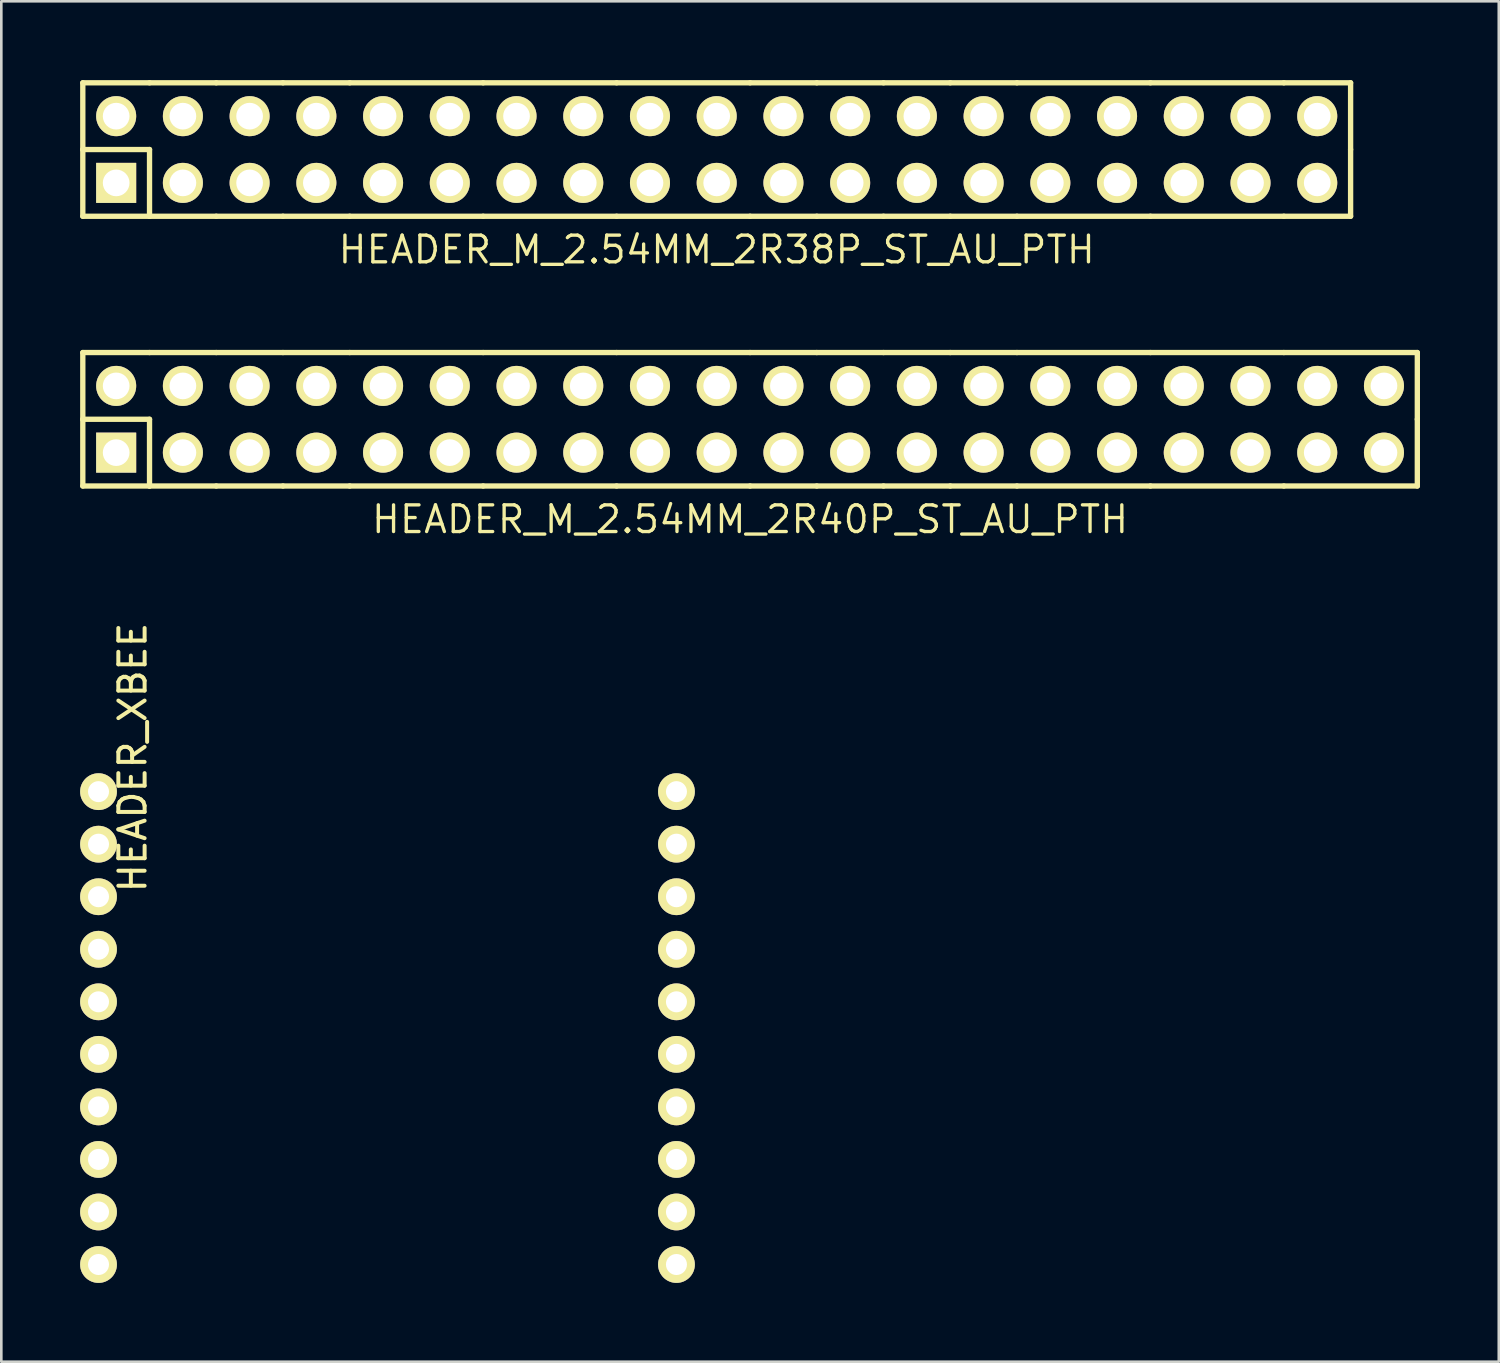
<source format=kicad_pcb>
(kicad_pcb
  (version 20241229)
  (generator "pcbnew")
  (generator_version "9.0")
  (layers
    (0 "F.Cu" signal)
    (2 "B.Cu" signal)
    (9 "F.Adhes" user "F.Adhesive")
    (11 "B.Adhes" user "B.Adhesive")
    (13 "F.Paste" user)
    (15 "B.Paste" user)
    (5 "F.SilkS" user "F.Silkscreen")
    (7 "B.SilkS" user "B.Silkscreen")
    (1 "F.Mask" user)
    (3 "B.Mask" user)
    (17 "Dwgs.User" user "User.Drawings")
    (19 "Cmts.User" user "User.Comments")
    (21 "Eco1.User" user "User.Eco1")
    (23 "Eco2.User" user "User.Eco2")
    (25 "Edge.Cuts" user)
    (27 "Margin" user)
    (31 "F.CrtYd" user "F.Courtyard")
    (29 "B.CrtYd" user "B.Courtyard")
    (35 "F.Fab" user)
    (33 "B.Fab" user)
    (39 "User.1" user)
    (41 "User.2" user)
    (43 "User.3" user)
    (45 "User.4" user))
  (footprint "HEADER_M_2.54MM_2R40P_ST_AU_PTH"
    (layer "F.Cu")
    (at 25.502 12.91)
    (property "Reference" "HEADER_M_2.54MM_2R40P_ST_AU_PTH" (at 0 3.81 0) (layer "F.SilkS") (effects (font (size 1.016 1.016) (thickness 0.127))))
    (attr through_hole)
    (fp_line (start -25.4 -2.54) (end -22.86 -2.54) (stroke (width 0.203) (type solid)) (layer "F.SilkS"))
    (fp_line (start -25.4 0) (end -25.4 -2.54) (stroke (width 0.203) (type solid)) (layer "F.SilkS"))
    (fp_line (start -25.4 0) (end -22.86 0) (stroke (width 0.203) (type solid)) (layer "F.SilkS"))
    (fp_line (start -25.4 2.54) (end -25.4 0) (stroke (width 0.203) (type solid)) (layer "F.SilkS"))
    (fp_line (start -25.4 2.54) (end -22.86 2.54) (stroke (width 0.203) (type solid)) (layer "F.SilkS"))
    (fp_line (start -22.86 -2.54) (end -20.32 -2.54) (stroke (width 0.203) (type solid)) (layer "F.SilkS"))
    (fp_line (start -22.86 0) (end -22.86 2.54) (stroke (width 0.203) (type solid)) (layer "F.SilkS"))
    (fp_line (start -22.86 2.54) (end -20.32 2.54) (stroke (width 0.203) (type solid)) (layer "F.SilkS"))
    (fp_line (start -20.32 -2.54) (end -17.78 -2.54) (stroke (width 0.203) (type solid)) (layer "F.SilkS"))
    (fp_line (start -20.32 2.54) (end -17.78 2.54) (stroke (width 0.203) (type solid)) (layer "F.SilkS"))
    (fp_line (start -17.78 -2.54) (end -15.24 -2.54) (stroke (width 0.203) (type solid)) (layer "F.SilkS"))
    (fp_line (start -17.78 2.54) (end -15.24 2.54) (stroke (width 0.203) (type solid)) (layer "F.SilkS"))
    (fp_line (start -15.24 -2.54) (end -10.16 -2.54) (stroke (width 0.203) (type solid)) (layer "F.SilkS"))
    (fp_line (start -15.24 2.54) (end -10.16 2.54) (stroke (width 0.203) (type solid)) (layer "F.SilkS"))
    (fp_line (start -10.16 -2.54) (end -5.08 -2.54) (stroke (width 0.203) (type solid)) (layer "F.SilkS"))
    (fp_line (start -10.16 2.54) (end -5.08 2.54) (stroke (width 0.203) (type solid)) (layer "F.SilkS"))
    (fp_line (start -5.08 -2.54) (end 0 -2.54) (stroke (width 0.203) (type solid)) (layer "F.SilkS"))
    (fp_line (start -5.08 2.54) (end 0 2.54) (stroke (width 0.203) (type solid)) (layer "F.SilkS"))
    (fp_line (start 0 -2.54) (end 2.54 -2.54) (stroke (width 0.203) (type solid)) (layer "F.SilkS"))
    (fp_line (start 0 2.54) (end 2.54 2.54) (stroke (width 0.203) (type solid)) (layer "F.SilkS"))
    (fp_line (start 2.54 -2.54) (end 5.08 -2.54) (stroke (width 0.203) (type solid)) (layer "F.SilkS"))
    (fp_line (start 2.54 2.54) (end 5.08 2.54) (stroke (width 0.203) (type solid)) (layer "F.SilkS"))
    (fp_line (start 5.08 -2.54) (end 7.62 -2.54) (stroke (width 0.203) (type solid)) (layer "F.SilkS"))
    (fp_line (start 5.08 2.54) (end 7.62 2.54) (stroke (width 0.203) (type solid)) (layer "F.SilkS"))
    (fp_line (start 7.62 -2.54) (end 10.16 -2.54) (stroke (width 0.203) (type solid)) (layer "F.SilkS"))
    (fp_line (start 7.62 2.54) (end 10.16 2.54) (stroke (width 0.203) (type solid)) (layer "F.SilkS"))
    (fp_line (start 10.16 -2.54) (end 15.24 -2.54) (stroke (width 0.203) (type solid)) (layer "F.SilkS"))
    (fp_line (start 10.16 2.54) (end 15.24 2.54) (stroke (width 0.203) (type solid)) (layer "F.SilkS"))
    (fp_line (start 15.24 -2.54) (end 20.32 -2.54) (stroke (width 0.203) (type solid)) (layer "F.SilkS"))
    (fp_line (start 15.24 2.54) (end 20.32 2.54) (stroke (width 0.203) (type solid)) (layer "F.SilkS"))
    (fp_line (start 20.32 -2.54) (end 25.4 -2.54) (stroke (width 0.203) (type solid)) (layer "F.SilkS"))
    (fp_line (start 20.32 2.54) (end 25.4 2.54) (stroke (width 0.203) (type solid)) (layer "F.SilkS"))
    (fp_line (start 25.4 -2.54) (end 25.4 0) (stroke (width 0.203) (type solid)) (layer "F.SilkS"))
    (fp_line (start 25.4 0) (end 25.4 2.54) (stroke (width 0.203) (type solid)) (layer "F.SilkS"))
    (pad "1" thru_hole rect (at -24.13 1.27) (size 1.524 1.524) (drill 1.016) (layers "*.Cu" "*.Mask" "F.SilkS"))
    (pad "2" thru_hole circle (at -24.13 -1.27) (size 1.524 1.524) (drill 1.016) (layers "*.Cu" "*.Mask" "F.SilkS"))
    (pad "3" thru_hole circle (at -21.59 -1.27) (size 1.524 1.524) (drill 1.016) (layers "*.Cu" "*.Mask" "F.SilkS"))
    (pad "4" thru_hole circle (at -21.59 1.27) (size 1.524 1.524) (drill 1.016) (layers "*.Cu" "*.Mask" "F.SilkS"))
    (pad "5" thru_hole circle (at -19.05 1.27) (size 1.524 1.524) (drill 1.016) (layers "*.Cu" "*.Mask" "F.SilkS"))
    (pad "6" thru_hole circle (at -19.05 -1.27) (size 1.524 1.524) (drill 1.016) (layers "*.Cu" "*.Mask" "F.SilkS"))
    (pad "7" thru_hole circle (at -16.51 1.27) (size 1.524 1.524) (drill 1.016) (layers "*.Cu" "*.Mask" "F.SilkS"))
    (pad "8" thru_hole circle (at -16.51 -1.27) (size 1.524 1.524) (drill 1.016) (layers "*.Cu" "*.Mask" "F.SilkS"))
    (pad "9" thru_hole circle (at -13.97 1.27) (size 1.524 1.524) (drill 1.016) (layers "*.Cu" "*.Mask" "F.SilkS"))
    (pad "10" thru_hole circle (at -13.97 -1.27) (size 1.524 1.524) (drill 1.016) (layers "*.Cu" "*.Mask" "F.SilkS"))
    (pad "11" thru_hole circle (at -11.43 1.27) (size 1.524 1.524) (drill 1.016) (layers "*.Cu" "*.Mask" "F.SilkS"))
    (pad "12" thru_hole circle (at -11.43 -1.27) (size 1.524 1.524) (drill 1.016) (layers "*.Cu" "*.Mask" "F.SilkS"))
    (pad "13" thru_hole circle (at -8.89 1.27) (size 1.524 1.524) (drill 1.016) (layers "*.Cu" "*.Mask" "F.SilkS"))
    (pad "14" thru_hole circle (at -8.89 -1.27) (size 1.524 1.524) (drill 1.016) (layers "*.Cu" "*.Mask" "F.SilkS"))
    (pad "15" thru_hole circle (at -6.35 1.27) (size 1.524 1.524) (drill 1.016) (layers "*.Cu" "*.Mask" "F.SilkS"))
    (pad "16" thru_hole circle (at -6.35 -1.27) (size 1.524 1.524) (drill 1.016) (layers "*.Cu" "*.Mask" "F.SilkS"))
    (pad "17" thru_hole circle (at -3.81 1.27) (size 1.524 1.524) (drill 1.016) (layers "*.Cu" "*.Mask" "F.SilkS"))
    (pad "18" thru_hole circle (at -3.81 -1.27) (size 1.524 1.524) (drill 1.016) (layers "*.Cu" "*.Mask" "F.SilkS"))
    (pad "19" thru_hole circle (at -1.27 1.27) (size 1.524 1.524) (drill 1.016) (layers "*.Cu" "*.Mask" "F.SilkS"))
    (pad "20" thru_hole circle (at -1.27 -1.27) (size 1.524 1.524) (drill 1.016) (layers "*.Cu" "*.Mask" "F.SilkS"))
    (pad "21" thru_hole circle (at 1.27 1.27) (size 1.524 1.524) (drill 1.016) (layers "*.Cu" "*.Mask" "F.SilkS"))
    (pad "22" thru_hole circle (at 1.27 -1.27) (size 1.524 1.524) (drill 1.016) (layers "*.Cu" "*.Mask" "F.SilkS"))
    (pad "23" thru_hole circle (at 3.81 1.27) (size 1.524 1.524) (drill 1.016) (layers "*.Cu" "*.Mask" "F.SilkS"))
    (pad "24" thru_hole circle (at 3.81 -1.27) (size 1.524 1.524) (drill 1.016) (layers "*.Cu" "*.Mask" "F.SilkS"))
    (pad "25" thru_hole circle (at 6.35 1.27) (size 1.524 1.524) (drill 1.016) (layers "*.Cu" "*.Mask" "F.SilkS"))
    (pad "26" thru_hole circle (at 6.35 -1.27) (size 1.524 1.524) (drill 1.016) (layers "*.Cu" "*.Mask" "F.SilkS"))
    (pad "27" thru_hole circle (at 8.89 1.27) (size 1.524 1.524) (drill 1.016) (layers "*.Cu" "*.Mask" "F.SilkS"))
    (pad "28" thru_hole circle (at 8.89 -1.27) (size 1.524 1.524) (drill 1.016) (layers "*.Cu" "*.Mask" "F.SilkS"))
    (pad "29" thru_hole circle (at 11.43 1.27) (size 1.524 1.524) (drill 1.016) (layers "*.Cu" "*.Mask" "F.SilkS"))
    (pad "30" thru_hole circle (at 11.43 -1.27) (size 1.524 1.524) (drill 1.016) (layers "*.Cu" "*.Mask" "F.SilkS"))
    (pad "31" thru_hole circle (at 13.97 1.27) (size 1.524 1.524) (drill 1.016) (layers "*.Cu" "*.Mask" "F.SilkS"))
    (pad "32" thru_hole circle (at 13.97 -1.27) (size 1.524 1.524) (drill 1.016) (layers "*.Cu" "*.Mask" "F.SilkS"))
    (pad "33" thru_hole circle (at 16.51 1.27) (size 1.524 1.524) (drill 1.016) (layers "*.Cu" "*.Mask" "F.SilkS"))
    (pad "34" thru_hole circle (at 16.51 -1.27) (size 1.524 1.524) (drill 1.016) (layers "*.Cu" "*.Mask" "F.SilkS"))
    (pad "35" thru_hole circle (at 19.05 1.27) (size 1.524 1.524) (drill 1.016) (layers "*.Cu" "*.Mask" "F.SilkS"))
    (pad "36" thru_hole circle (at 19.05 -1.27) (size 1.524 1.524) (drill 1.016) (layers "*.Cu" "*.Mask" "F.SilkS"))
    (pad "37" thru_hole circle (at 21.59 1.27) (size 1.524 1.524) (drill 1.016) (layers "*.Cu" "*.Mask" "F.SilkS"))
    (pad "38" thru_hole circle (at 21.59 -1.27) (size 1.524 1.524) (drill 1.016) (layers "*.Cu" "*.Mask" "F.SilkS"))
    (pad "39" thru_hole circle (at 24.13 1.27) (size 1.524 1.524) (drill 1.016) (layers "*.Cu" "*.Mask" "F.SilkS"))
    (pad "40" thru_hole circle (at 24.13 -1.27) (size 1.524 1.524) (drill 1.016) (layers "*.Cu" "*.Mask" "F.SilkS")))
  (footprint "HEADER_M_2.54MM_2R38P_ST_AU_PTH"
    (layer "F.Cu")
    (at 24.232 2.642)
    (property "Reference" "HEADER_M_2.54MM_2R38P_ST_AU_PTH" (at 0 3.81 0) (layer "F.SilkS") (effects (font (size 1.016 1.016) (thickness 0.127))))
    (attr through_hole)
    (fp_line (start -24.13 -2.54) (end -21.59 -2.54) (stroke (width 0.203) (type solid)) (layer "F.SilkS"))
    (fp_line (start -24.13 0) (end -24.13 -2.54) (stroke (width 0.203) (type solid)) (layer "F.SilkS"))
    (fp_line (start -24.13 0) (end -21.59 0) (stroke (width 0.203) (type solid)) (layer "F.SilkS"))
    (fp_line (start -24.13 2.54) (end -24.13 0) (stroke (width 0.203) (type solid)) (layer "F.SilkS"))
    (fp_line (start -24.13 2.54) (end -21.59 2.54) (stroke (width 0.203) (type solid)) (layer "F.SilkS"))
    (fp_line (start -21.59 -2.54) (end -19.05 -2.54) (stroke (width 0.203) (type solid)) (layer "F.SilkS"))
    (fp_line (start -21.59 0) (end -21.59 2.54) (stroke (width 0.203) (type solid)) (layer "F.SilkS"))
    (fp_line (start -21.59 2.54) (end -19.05 2.54) (stroke (width 0.203) (type solid)) (layer "F.SilkS"))
    (fp_line (start -19.05 -2.54) (end -16.51 -2.54) (stroke (width 0.203) (type solid)) (layer "F.SilkS"))
    (fp_line (start -19.05 2.54) (end -16.51 2.54) (stroke (width 0.203) (type solid)) (layer "F.SilkS"))
    (fp_line (start -16.51 -2.54) (end -13.97 -2.54) (stroke (width 0.203) (type solid)) (layer "F.SilkS"))
    (fp_line (start -16.51 2.54) (end -13.97 2.54) (stroke (width 0.203) (type solid)) (layer "F.SilkS"))
    (fp_line (start -13.97 -2.54) (end -8.89 -2.54) (stroke (width 0.203) (type solid)) (layer "F.SilkS"))
    (fp_line (start -13.97 2.54) (end -8.89 2.54) (stroke (width 0.203) (type solid)) (layer "F.SilkS"))
    (fp_line (start -8.89 -2.54) (end -3.81 -2.54) (stroke (width 0.203) (type solid)) (layer "F.SilkS"))
    (fp_line (start -8.89 2.54) (end -3.81 2.54) (stroke (width 0.203) (type solid)) (layer "F.SilkS"))
    (fp_line (start -3.81 -2.54) (end 1.27 -2.54) (stroke (width 0.203) (type solid)) (layer "F.SilkS"))
    (fp_line (start -3.81 2.54) (end 1.27 2.54) (stroke (width 0.203) (type solid)) (layer "F.SilkS"))
    (fp_line (start 1.27 -2.54) (end 3.81 -2.54) (stroke (width 0.203) (type solid)) (layer "F.SilkS"))
    (fp_line (start 1.27 2.54) (end 3.81 2.54) (stroke (width 0.203) (type solid)) (layer "F.SilkS"))
    (fp_line (start 3.81 -2.54) (end 6.35 -2.54) (stroke (width 0.203) (type solid)) (layer "F.SilkS"))
    (fp_line (start 3.81 2.54) (end 6.35 2.54) (stroke (width 0.203) (type solid)) (layer "F.SilkS"))
    (fp_line (start 6.35 -2.54) (end 8.89 -2.54) (stroke (width 0.203) (type solid)) (layer "F.SilkS"))
    (fp_line (start 6.35 2.54) (end 8.89 2.54) (stroke (width 0.203) (type solid)) (layer "F.SilkS"))
    (fp_line (start 8.89 -2.54) (end 11.43 -2.54) (stroke (width 0.203) (type solid)) (layer "F.SilkS"))
    (fp_line (start 8.89 2.54) (end 11.43 2.54) (stroke (width 0.203) (type solid)) (layer "F.SilkS"))
    (fp_line (start 11.43 -2.54) (end 16.51 -2.54) (stroke (width 0.203) (type solid)) (layer "F.SilkS"))
    (fp_line (start 11.43 2.54) (end 16.51 2.54) (stroke (width 0.203) (type solid)) (layer "F.SilkS"))
    (fp_line (start 16.51 -2.54) (end 21.59 -2.54) (stroke (width 0.203) (type solid)) (layer "F.SilkS"))
    (fp_line (start 16.51 2.54) (end 21.59 2.54) (stroke (width 0.203) (type solid)) (layer "F.SilkS"))
    (fp_line (start 21.59 -2.54) (end 24.13 -2.54) (stroke (width 0.203) (type solid)) (layer "F.SilkS"))
    (fp_line (start 21.59 2.54) (end 24.13 2.54) (stroke (width 0.203) (type solid)) (layer "F.SilkS"))
    (fp_line (start 24.13 -2.54) (end 24.13 0) (stroke (width 0.203) (type solid)) (layer "F.SilkS"))
    (fp_line (start 24.13 0) (end 24.13 2.54) (stroke (width 0.203) (type solid)) (layer "F.SilkS"))
    (pad "1" thru_hole rect (at -22.86 1.27) (size 1.524 1.524) (drill 1.016) (layers "*.Cu" "*.Mask" "F.SilkS"))
    (pad "2" thru_hole circle (at -22.86 -1.27) (size 1.524 1.524) (drill 1.016) (layers "*.Cu" "*.Mask" "F.SilkS"))
    (pad "3" thru_hole circle (at -20.32 -1.27) (size 1.524 1.524) (drill 1.016) (layers "*.Cu" "*.Mask" "F.SilkS"))
    (pad "4" thru_hole circle (at -20.32 1.27) (size 1.524 1.524) (drill 1.016) (layers "*.Cu" "*.Mask" "F.SilkS"))
    (pad "5" thru_hole circle (at -17.78 1.27) (size 1.524 1.524) (drill 1.016) (layers "*.Cu" "*.Mask" "F.SilkS"))
    (pad "6" thru_hole circle (at -17.78 -1.27) (size 1.524 1.524) (drill 1.016) (layers "*.Cu" "*.Mask" "F.SilkS"))
    (pad "7" thru_hole circle (at -15.24 1.27) (size 1.524 1.524) (drill 1.016) (layers "*.Cu" "*.Mask" "F.SilkS"))
    (pad "8" thru_hole circle (at -15.24 -1.27) (size 1.524 1.524) (drill 1.016) (layers "*.Cu" "*.Mask" "F.SilkS"))
    (pad "9" thru_hole circle (at -12.7 1.27) (size 1.524 1.524) (drill 1.016) (layers "*.Cu" "*.Mask" "F.SilkS"))
    (pad "10" thru_hole circle (at -12.7 -1.27) (size 1.524 1.524) (drill 1.016) (layers "*.Cu" "*.Mask" "F.SilkS"))
    (pad "11" thru_hole circle (at -10.16 1.27) (size 1.524 1.524) (drill 1.016) (layers "*.Cu" "*.Mask" "F.SilkS"))
    (pad "12" thru_hole circle (at -10.16 -1.27) (size 1.524 1.524) (drill 1.016) (layers "*.Cu" "*.Mask" "F.SilkS"))
    (pad "13" thru_hole circle (at -7.62 1.27) (size 1.524 1.524) (drill 1.016) (layers "*.Cu" "*.Mask" "F.SilkS"))
    (pad "14" thru_hole circle (at -7.62 -1.27) (size 1.524 1.524) (drill 1.016) (layers "*.Cu" "*.Mask" "F.SilkS"))
    (pad "15" thru_hole circle (at -5.08 1.27) (size 1.524 1.524) (drill 1.016) (layers "*.Cu" "*.Mask" "F.SilkS"))
    (pad "16" thru_hole circle (at -5.08 -1.27) (size 1.524 1.524) (drill 1.016) (layers "*.Cu" "*.Mask" "F.SilkS"))
    (pad "17" thru_hole circle (at -2.54 1.27) (size 1.524 1.524) (drill 1.016) (layers "*.Cu" "*.Mask" "F.SilkS"))
    (pad "18" thru_hole circle (at -2.54 -1.27) (size 1.524 1.524) (drill 1.016) (layers "*.Cu" "*.Mask" "F.SilkS"))
    (pad "19" thru_hole circle (at 0 1.27) (size 1.524 1.524) (drill 1.016) (layers "*.Cu" "*.Mask" "F.SilkS"))
    (pad "20" thru_hole circle (at 0 -1.27) (size 1.524 1.524) (drill 1.016) (layers "*.Cu" "*.Mask" "F.SilkS"))
    (pad "21" thru_hole circle (at 2.54 1.27) (size 1.524 1.524) (drill 1.016) (layers "*.Cu" "*.Mask" "F.SilkS"))
    (pad "22" thru_hole circle (at 2.54 -1.27) (size 1.524 1.524) (drill 1.016) (layers "*.Cu" "*.Mask" "F.SilkS"))
    (pad "23" thru_hole circle (at 5.08 1.27) (size 1.524 1.524) (drill 1.016) (layers "*.Cu" "*.Mask" "F.SilkS"))
    (pad "24" thru_hole circle (at 5.08 -1.27) (size 1.524 1.524) (drill 1.016) (layers "*.Cu" "*.Mask" "F.SilkS"))
    (pad "25" thru_hole circle (at 7.62 1.27) (size 1.524 1.524) (drill 1.016) (layers "*.Cu" "*.Mask" "F.SilkS"))
    (pad "26" thru_hole circle (at 7.62 -1.27) (size 1.524 1.524) (drill 1.016) (layers "*.Cu" "*.Mask" "F.SilkS"))
    (pad "27" thru_hole circle (at 10.16 1.27) (size 1.524 1.524) (drill 1.016) (layers "*.Cu" "*.Mask" "F.SilkS"))
    (pad "28" thru_hole circle (at 10.16 -1.27) (size 1.524 1.524) (drill 1.016) (layers "*.Cu" "*.Mask" "F.SilkS"))
    (pad "29" thru_hole circle (at 12.7 1.27) (size 1.524 1.524) (drill 1.016) (layers "*.Cu" "*.Mask" "F.SilkS"))
    (pad "30" thru_hole circle (at 12.7 -1.27) (size 1.524 1.524) (drill 1.016) (layers "*.Cu" "*.Mask" "F.SilkS"))
    (pad "31" thru_hole circle (at 15.24 1.27) (size 1.524 1.524) (drill 1.016) (layers "*.Cu" "*.Mask" "F.SilkS"))
    (pad "32" thru_hole circle (at 15.24 -1.27) (size 1.524 1.524) (drill 1.016) (layers "*.Cu" "*.Mask" "F.SilkS"))
    (pad "33" thru_hole circle (at 17.78 1.27) (size 1.524 1.524) (drill 1.016) (layers "*.Cu" "*.Mask" "F.SilkS"))
    (pad "34" thru_hole circle (at 17.78 -1.27) (size 1.524 1.524) (drill 1.016) (layers "*.Cu" "*.Mask" "F.SilkS"))
    (pad "35" thru_hole circle (at 20.32 1.27) (size 1.524 1.524) (drill 1.016) (layers "*.Cu" "*.Mask" "F.SilkS"))
    (pad "36" thru_hole circle (at 20.32 -1.27) (size 1.524 1.524) (drill 1.016) (layers "*.Cu" "*.Mask" "F.SilkS"))
    (pad "37" thru_hole circle (at 22.86 1.27) (size 1.524 1.524) (drill 1.016) (layers "*.Cu" "*.Mask" "F.SilkS"))
    (pad "38" thru_hole circle (at 22.86 -1.27) (size 1.524 1.524) (drill 1.016) (layers "*.Cu" "*.Mask" "F.SilkS")))
  (footprint "HEADER_XBEE"
    (layer "F.Cu")
    (at 11.7 27.085)
    (property "Reference" "HEADER_XBEE" (at -9.7 -1.3 270) (layer "F.SilkS") (effects (font (size 1 1) (thickness 0.152))))
    (attr through_hole)
    (pad "1" thru_hole circle (at 11 0) (size 1.4 1.4) (drill 0.8) (layers "*.Cu" "*.Mask" "F.SilkS"))
    (pad "2" thru_hole circle (at 11 2) (size 1.4 1.4) (drill 0.8) (layers "*.Cu" "*.Mask" "F.SilkS"))
    (pad "3" thru_hole circle (at 11 4) (size 1.4 1.4) (drill 0.8) (layers "*.Cu" "*.Mask" "F.SilkS"))
    (pad "4" thru_hole circle (at 11 6) (size 1.4 1.4) (drill 0.8) (layers "*.Cu" "*.Mask" "F.SilkS"))
    (pad "5" thru_hole circle (at 11 8) (size 1.4 1.4) (drill 0.8) (layers "*.Cu" "*.Mask" "F.SilkS"))
    (pad "6" thru_hole circle (at 11 10) (size 1.4 1.4) (drill 0.8) (layers "*.Cu" "*.Mask" "F.SilkS"))
    (pad "7" thru_hole circle (at 11 12) (size 1.4 1.4) (drill 0.8) (layers "*.Cu" "*.Mask" "F.SilkS"))
    (pad "8" thru_hole circle (at 11 14) (size 1.4 1.4) (drill 0.8) (layers "*.Cu" "*.Mask" "F.SilkS"))
    (pad "9" thru_hole circle (at 11 16) (size 1.4 1.4) (drill 0.8) (layers "*.Cu" "*.Mask" "F.SilkS"))
    (pad "10" thru_hole circle (at 11 18) (size 1.4 1.4) (drill 0.8) (layers "*.Cu" "*.Mask" "F.SilkS"))
    (pad "11" thru_hole circle (at -11 18) (size 1.4 1.4) (drill 0.8) (layers "*.Cu" "*.Mask" "F.SilkS"))
    (pad "12" thru_hole circle (at -11 16) (size 1.4 1.4) (drill 0.8) (layers "*.Cu" "*.Mask" "F.SilkS"))
    (pad "13" thru_hole circle (at -11 14) (size 1.4 1.4) (drill 0.8) (layers "*.Cu" "*.Mask" "F.SilkS"))
    (pad "14" thru_hole circle (at -11 12) (size 1.4 1.4) (drill 0.8) (layers "*.Cu" "*.Mask" "F.SilkS"))
    (pad "15" thru_hole circle (at -11 10) (size 1.4 1.4) (drill 0.8) (layers "*.Cu" "*.Mask" "F.SilkS"))
    (pad "16" thru_hole circle (at -11 8) (size 1.4 1.4) (drill 0.8) (layers "*.Cu" "*.Mask" "F.SilkS"))
    (pad "17" thru_hole circle (at -11 6) (size 1.4 1.4) (drill 0.8) (layers "*.Cu" "*.Mask" "F.SilkS"))
    (pad "18" thru_hole circle (at -11 4) (size 1.4 1.4) (drill 0.8) (layers "*.Cu" "*.Mask" "F.SilkS"))
    (pad "19" thru_hole circle (at -11 2) (size 1.4 1.4) (drill 0.8) (layers "*.Cu" "*.Mask" "F.SilkS"))
    (pad "20" thru_hole circle (at -11 0) (size 1.4 1.4) (drill 0.8) (layers "*.Cu" "*.Mask" "F.SilkS")))
  (gr_rect
    (start -3 -3)
    (end 54.003 48.785)
    (stroke (width 0.1) (type default))
    (fill no)
    (layer "Edge.Cuts")))
</source>
